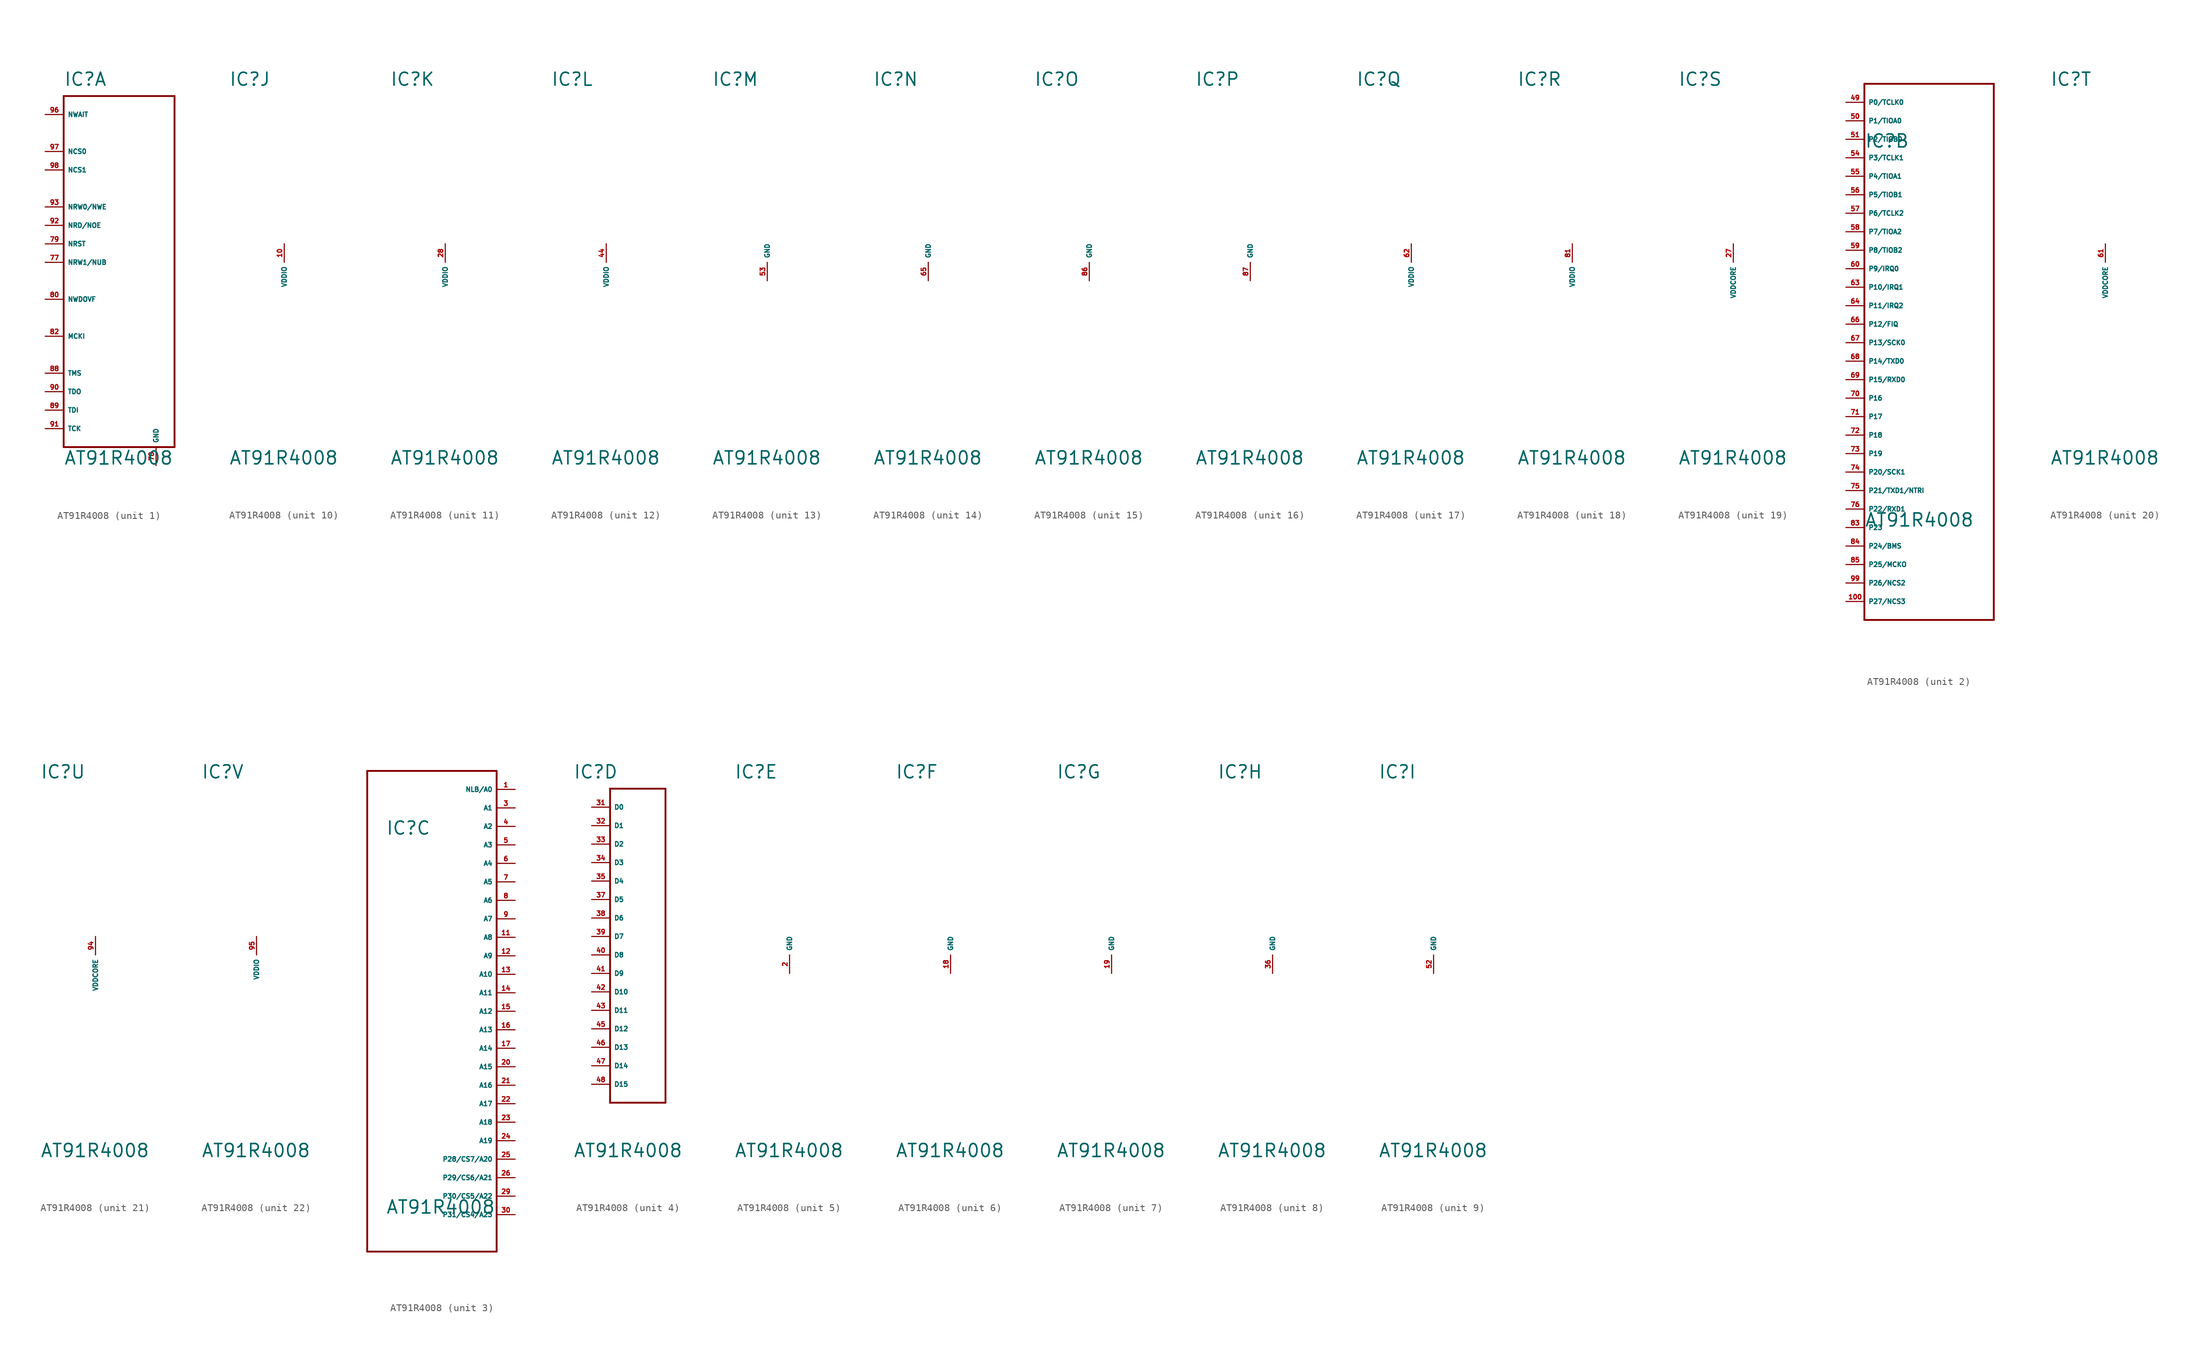
<source format=kicad_sym>
(kicad_symbol_lib
  (version 20220914)
  (generator Eagle2Kicad)
  (symbol "AT91R4008"
    (property "Reference" "IC"
      (at -7.62 24.13 0)
      (effects (font (size 1.778 1.778) (thickness 0.22)) (justify left bottom)))
    (property "Value" "AT91R4008"
      (at -7.62 -27.94 0)
      (effects (font (size 1.778 1.778) (thickness 0.22)) (justify left bottom)))
    (symbol "AT91R4008_1_0"
      (polyline (pts (xy -7.62 22.86) (xy 7.62 22.86)) (stroke (width 0.254) (type default)) (fill (type none)))
      (polyline (pts (xy -7.62 -25.4) (xy 7.62 -25.4)) (stroke (width 0.254) (type default)) (fill (type none)))
      (polyline (pts (xy 7.62 22.86) (xy 7.62 -25.4)) (stroke (width 0.254) (type default)) (fill (type none)))
      (polyline (pts (xy -7.62 -25.4) (xy -7.62 22.86)) (stroke (width 0.254) (type default)) (fill (type none)))
      (pin output line (at -10.16 15.24 0) (length 2.54) (name "NCS0" (effects (font (size 0.635 0.635) (thickness 0.08)) (justify left bottom))) (number "97" (effects (font (size 0.635 0.635) (thickness 0.08)) (justify left bottom))))
      (pin output line (at -10.16 12.7 0) (length 2.54) (name "NCS1" (effects (font (size 0.635 0.635) (thickness 0.08)) (justify left bottom))) (number "98" (effects (font (size 0.635 0.635) (thickness 0.08)) (justify left bottom))))
      (pin input line (at -10.16 20.32 0) (length 2.54) (name "NWAIT" (effects (font (size 0.635 0.635) (thickness 0.08)) (justify left bottom))) (number "96" (effects (font (size 0.635 0.635) (thickness 0.08)) (justify left bottom))))
      (pin unspecified line (at 5.08 -27.94 90) (length 2.54) (name "GND" (effects (font (size 0.635 0.635) (thickness 0.08)) (justify left bottom))) (number "78" (effects (font (size 0.635 0.635) (thickness 0.08)) (justify left bottom))))
      (pin output line (at -10.16 -5.08 0) (length 2.54) (name "NWDOVF" (effects (font (size 0.635 0.635) (thickness 0.08)) (justify left bottom))) (number "80" (effects (font (size 0.635 0.635) (thickness 0.08)) (justify left bottom))))
      (pin input line (at -10.16 -10.16 0) (length 2.54) (name "MCKI" (effects (font (size 0.635 0.635) (thickness 0.08)) (justify left bottom))) (number "82" (effects (font (size 0.635 0.635) (thickness 0.08)) (justify left bottom))))
      (pin output line (at -10.16 7.62 0) (length 2.54) (name "NRW0/NWE" (effects (font (size 0.635 0.635) (thickness 0.08)) (justify left bottom))) (number "93" (effects (font (size 0.635 0.635) (thickness 0.08)) (justify left bottom))))
      (pin output line (at -10.16 5.08 0) (length 2.54) (name "NRD/NOE" (effects (font (size 0.635 0.635) (thickness 0.08)) (justify left bottom))) (number "92" (effects (font (size 0.635 0.635) (thickness 0.08)) (justify left bottom))))
      (pin output line (at -10.16 0 0) (length 2.54) (name "NRW1/NUB" (effects (font (size 0.635 0.635) (thickness 0.08)) (justify left bottom))) (number "77" (effects (font (size 0.635 0.635) (thickness 0.08)) (justify left bottom))))
      (pin output line (at -10.16 2.54 0) (length 2.54) (name "NRST" (effects (font (size 0.635 0.635) (thickness 0.08)) (justify left bottom))) (number "79" (effects (font (size 0.635 0.635) (thickness 0.08)) (justify left bottom))))
      (pin input line (at -10.16 -15.24 0) (length 2.54) (name "TMS" (effects (font (size 0.635 0.635) (thickness 0.08)) (justify left bottom))) (number "88" (effects (font (size 0.635 0.635) (thickness 0.08)) (justify left bottom))))
      (pin output line (at -10.16 -17.78 0) (length 2.54) (name "TDO" (effects (font (size 0.635 0.635) (thickness 0.08)) (justify left bottom))) (number "90" (effects (font (size 0.635 0.635) (thickness 0.08)) (justify left bottom))))
      (pin input line (at -10.16 -20.32 0) (length 2.54) (name "TDI" (effects (font (size 0.635 0.635) (thickness 0.08)) (justify left bottom))) (number "89" (effects (font (size 0.635 0.635) (thickness 0.08)) (justify left bottom))))
      (pin input line (at -10.16 -22.86 0) (length 2.54) (name "TCK" (effects (font (size 0.635 0.635) (thickness 0.08)) (justify left bottom))) (number "91" (effects (font (size 0.635 0.635) (thickness 0.08)) (justify left bottom)))))
    (symbol "AT91R4008_2_0"
      (polyline (pts (xy -7.62 33.02) (xy 10.16 33.02)) (stroke (width 0.254) (type default)) (fill (type none)))
      (polyline (pts (xy 10.16 33.02) (xy 10.16 -40.64)) (stroke (width 0.254) (type default)) (fill (type none)))
      (polyline (pts (xy 10.16 -40.64) (xy -7.62 -40.64)) (stroke (width 0.254) (type default)) (fill (type none)))
      (polyline (pts (xy -7.62 -40.64) (xy -7.62 33.02)) (stroke (width 0.254) (type default)) (fill (type none)))
      (pin bidirectional line (at -10.16 30.48 0) (length 2.54) (name "P0/TCLK0" (effects (font (size 0.635 0.635) (thickness 0.08)) (justify left bottom))) (number "49" (effects (font (size 0.635 0.635) (thickness 0.08)) (justify left bottom))))
      (pin bidirectional line (at -10.16 27.94 0) (length 2.54) (name "P1/TIOA0" (effects (font (size 0.635 0.635) (thickness 0.08)) (justify left bottom))) (number "50" (effects (font (size 0.635 0.635) (thickness 0.08)) (justify left bottom))))
      (pin bidirectional line (at -10.16 25.4 0) (length 2.54) (name "P2/TIOB0" (effects (font (size 0.635 0.635) (thickness 0.08)) (justify left bottom))) (number "51" (effects (font (size 0.635 0.635) (thickness 0.08)) (justify left bottom))))
      (pin bidirectional line (at -10.16 22.86 0) (length 2.54) (name "P3/TCLK1" (effects (font (size 0.635 0.635) (thickness 0.08)) (justify left bottom))) (number "54" (effects (font (size 0.635 0.635) (thickness 0.08)) (justify left bottom))))
      (pin bidirectional line (at -10.16 20.32 0) (length 2.54) (name "P4/TIOA1" (effects (font (size 0.635 0.635) (thickness 0.08)) (justify left bottom))) (number "55" (effects (font (size 0.635 0.635) (thickness 0.08)) (justify left bottom))))
      (pin bidirectional line (at -10.16 17.78 0) (length 2.54) (name "P5/TIOB1" (effects (font (size 0.635 0.635) (thickness 0.08)) (justify left bottom))) (number "56" (effects (font (size 0.635 0.635) (thickness 0.08)) (justify left bottom))))
      (pin bidirectional line (at -10.16 15.24 0) (length 2.54) (name "P6/TCLK2" (effects (font (size 0.635 0.635) (thickness 0.08)) (justify left bottom))) (number "57" (effects (font (size 0.635 0.635) (thickness 0.08)) (justify left bottom))))
      (pin bidirectional line (at -10.16 12.7 0) (length 2.54) (name "P7/TIOA2" (effects (font (size 0.635 0.635) (thickness 0.08)) (justify left bottom))) (number "58" (effects (font (size 0.635 0.635) (thickness 0.08)) (justify left bottom))))
      (pin bidirectional line (at -10.16 10.16 0) (length 2.54) (name "P8/TIOB2" (effects (font (size 0.635 0.635) (thickness 0.08)) (justify left bottom))) (number "59" (effects (font (size 0.635 0.635) (thickness 0.08)) (justify left bottom))))
      (pin bidirectional line (at -10.16 7.62 0) (length 2.54) (name "P9/IRQ0" (effects (font (size 0.635 0.635) (thickness 0.08)) (justify left bottom))) (number "60" (effects (font (size 0.635 0.635) (thickness 0.08)) (justify left bottom))))
      (pin bidirectional line (at -10.16 5.08 0) (length 2.54) (name "P10/IRQ1" (effects (font (size 0.635 0.635) (thickness 0.08)) (justify left bottom))) (number "63" (effects (font (size 0.635 0.635) (thickness 0.08)) (justify left bottom))))
      (pin bidirectional line (at -10.16 2.54 0) (length 2.54) (name "P11/IRQ2" (effects (font (size 0.635 0.635) (thickness 0.08)) (justify left bottom))) (number "64" (effects (font (size 0.635 0.635) (thickness 0.08)) (justify left bottom))))
      (pin bidirectional line (at -10.16 0 0) (length 2.54) (name "P12/FIQ" (effects (font (size 0.635 0.635) (thickness 0.08)) (justify left bottom))) (number "66" (effects (font (size 0.635 0.635) (thickness 0.08)) (justify left bottom))))
      (pin bidirectional line (at -10.16 -2.54 0) (length 2.54) (name "P13/SCK0" (effects (font (size 0.635 0.635) (thickness 0.08)) (justify left bottom))) (number "67" (effects (font (size 0.635 0.635) (thickness 0.08)) (justify left bottom))))
      (pin bidirectional line (at -10.16 -5.08 0) (length 2.54) (name "P14/TXD0" (effects (font (size 0.635 0.635) (thickness 0.08)) (justify left bottom))) (number "68" (effects (font (size 0.635 0.635) (thickness 0.08)) (justify left bottom))))
      (pin bidirectional line (at -10.16 -7.62 0) (length 2.54) (name "P15/RXD0" (effects (font (size 0.635 0.635) (thickness 0.08)) (justify left bottom))) (number "69" (effects (font (size 0.635 0.635) (thickness 0.08)) (justify left bottom))))
      (pin bidirectional line (at -10.16 -10.16 0) (length 2.54) (name "P16" (effects (font (size 0.635 0.635) (thickness 0.08)) (justify left bottom))) (number "70" (effects (font (size 0.635 0.635) (thickness 0.08)) (justify left bottom))))
      (pin bidirectional line (at -10.16 -12.7 0) (length 2.54) (name "P17" (effects (font (size 0.635 0.635) (thickness 0.08)) (justify left bottom))) (number "71" (effects (font (size 0.635 0.635) (thickness 0.08)) (justify left bottom))))
      (pin bidirectional line (at -10.16 -15.24 0) (length 2.54) (name "P18" (effects (font (size 0.635 0.635) (thickness 0.08)) (justify left bottom))) (number "72" (effects (font (size 0.635 0.635) (thickness 0.08)) (justify left bottom))))
      (pin bidirectional line (at -10.16 -17.78 0) (length 2.54) (name "P19" (effects (font (size 0.635 0.635) (thickness 0.08)) (justify left bottom))) (number "73" (effects (font (size 0.635 0.635) (thickness 0.08)) (justify left bottom))))
      (pin bidirectional line (at -10.16 -20.32 0) (length 2.54) (name "P20/SCK1" (effects (font (size 0.635 0.635) (thickness 0.08)) (justify left bottom))) (number "74" (effects (font (size 0.635 0.635) (thickness 0.08)) (justify left bottom))))
      (pin bidirectional line (at -10.16 -22.86 0) (length 2.54) (name "P21/TXD1/NTRI" (effects (font (size 0.635 0.635) (thickness 0.08)) (justify left bottom))) (number "75" (effects (font (size 0.635 0.635) (thickness 0.08)) (justify left bottom))))
      (pin bidirectional line (at -10.16 -25.4 0) (length 2.54) (name "P22/RXD1" (effects (font (size 0.635 0.635) (thickness 0.08)) (justify left bottom))) (number "76" (effects (font (size 0.635 0.635) (thickness 0.08)) (justify left bottom))))
      (pin bidirectional line (at -10.16 -27.94 0) (length 2.54) (name "P23" (effects (font (size 0.635 0.635) (thickness 0.08)) (justify left bottom))) (number "83" (effects (font (size 0.635 0.635) (thickness 0.08)) (justify left bottom))))
      (pin bidirectional line (at -10.16 -30.48 0) (length 2.54) (name "P24/BMS" (effects (font (size 0.635 0.635) (thickness 0.08)) (justify left bottom))) (number "84" (effects (font (size 0.635 0.635) (thickness 0.08)) (justify left bottom))))
      (pin bidirectional line (at -10.16 -33.02 0) (length 2.54) (name "P25/MCKO" (effects (font (size 0.635 0.635) (thickness 0.08)) (justify left bottom))) (number "85" (effects (font (size 0.635 0.635) (thickness 0.08)) (justify left bottom))))
      (pin bidirectional line (at -10.16 -35.56 0) (length 2.54) (name "P26/NCS2" (effects (font (size 0.635 0.635) (thickness 0.08)) (justify left bottom))) (number "99" (effects (font (size 0.635 0.635) (thickness 0.08)) (justify left bottom))))
      (pin bidirectional line (at -10.16 -38.1 0) (length 2.54) (name "P27/NCS3" (effects (font (size 0.635 0.635) (thickness 0.08)) (justify left bottom))) (number "100" (effects (font (size 0.635 0.635) (thickness 0.08)) (justify left bottom)))))
    (symbol "AT91R4008_3_0"
      (polyline (pts (xy -10.16 33.02) (xy 7.62 33.02)) (stroke (width 0.254) (type default)) (fill (type none)))
      (polyline (pts (xy 7.62 33.02) (xy 7.62 -33.02)) (stroke (width 0.254) (type default)) (fill (type none)))
      (polyline (pts (xy 7.62 -33.02) (xy -10.16 -33.02)) (stroke (width 0.254) (type default)) (fill (type none)))
      (polyline (pts (xy -10.16 -33.02) (xy -10.16 33.02)) (stroke (width 0.254) (type default)) (fill (type none)))
      (pin output line (at 10.16 -27.94 180) (length 2.54) (name "P31/CS4/A23" (effects (font (size 0.635 0.635) (thickness 0.08)) (justify left bottom))) (number "30" (effects (font (size 0.635 0.635) (thickness 0.08)) (justify left bottom))))
      (pin output line (at 10.16 -25.4 180) (length 2.54) (name "P30/CS5/A22" (effects (font (size 0.635 0.635) (thickness 0.08)) (justify left bottom))) (number "29" (effects (font (size 0.635 0.635) (thickness 0.08)) (justify left bottom))))
      (pin output line (at 10.16 -22.86 180) (length 2.54) (name "P29/CS6/A21" (effects (font (size 0.635 0.635) (thickness 0.08)) (justify left bottom))) (number "26" (effects (font (size 0.635 0.635) (thickness 0.08)) (justify left bottom))))
      (pin output line (at 10.16 -20.32 180) (length 2.54) (name "P28/CS7/A20" (effects (font (size 0.635 0.635) (thickness 0.08)) (justify left bottom))) (number "25" (effects (font (size 0.635 0.635) (thickness 0.08)) (justify left bottom))))
      (pin output line (at 10.16 30.48 180) (length 2.54) (name "NLB/A0" (effects (font (size 0.635 0.635) (thickness 0.08)) (justify left bottom))) (number "1" (effects (font (size 0.635 0.635) (thickness 0.08)) (justify left bottom))))
      (pin output line (at 10.16 27.94 180) (length 2.54) (name "A1" (effects (font (size 0.635 0.635) (thickness 0.08)) (justify left bottom))) (number "3" (effects (font (size 0.635 0.635) (thickness 0.08)) (justify left bottom))))
      (pin output line (at 10.16 25.4 180) (length 2.54) (name "A2" (effects (font (size 0.635 0.635) (thickness 0.08)) (justify left bottom))) (number "4" (effects (font (size 0.635 0.635) (thickness 0.08)) (justify left bottom))))
      (pin output line (at 10.16 22.86 180) (length 2.54) (name "A3" (effects (font (size 0.635 0.635) (thickness 0.08)) (justify left bottom))) (number "5" (effects (font (size 0.635 0.635) (thickness 0.08)) (justify left bottom))))
      (pin output line (at 10.16 20.32 180) (length 2.54) (name "A4" (effects (font (size 0.635 0.635) (thickness 0.08)) (justify left bottom))) (number "6" (effects (font (size 0.635 0.635) (thickness 0.08)) (justify left bottom))))
      (pin output line (at 10.16 17.78 180) (length 2.54) (name "A5" (effects (font (size 0.635 0.635) (thickness 0.08)) (justify left bottom))) (number "7" (effects (font (size 0.635 0.635) (thickness 0.08)) (justify left bottom))))
      (pin output line (at 10.16 15.24 180) (length 2.54) (name "A6" (effects (font (size 0.635 0.635) (thickness 0.08)) (justify left bottom))) (number "8" (effects (font (size 0.635 0.635) (thickness 0.08)) (justify left bottom))))
      (pin output line (at 10.16 12.7 180) (length 2.54) (name "A7" (effects (font (size 0.635 0.635) (thickness 0.08)) (justify left bottom))) (number "9" (effects (font (size 0.635 0.635) (thickness 0.08)) (justify left bottom))))
      (pin output line (at 10.16 10.16 180) (length 2.54) (name "A8" (effects (font (size 0.635 0.635) (thickness 0.08)) (justify left bottom))) (number "11" (effects (font (size 0.635 0.635) (thickness 0.08)) (justify left bottom))))
      (pin output line (at 10.16 7.62 180) (length 2.54) (name "A9" (effects (font (size 0.635 0.635) (thickness 0.08)) (justify left bottom))) (number "12" (effects (font (size 0.635 0.635) (thickness 0.08)) (justify left bottom))))
      (pin output line (at 10.16 5.08 180) (length 2.54) (name "A10" (effects (font (size 0.635 0.635) (thickness 0.08)) (justify left bottom))) (number "13" (effects (font (size 0.635 0.635) (thickness 0.08)) (justify left bottom))))
      (pin output line (at 10.16 2.54 180) (length 2.54) (name "A11" (effects (font (size 0.635 0.635) (thickness 0.08)) (justify left bottom))) (number "14" (effects (font (size 0.635 0.635) (thickness 0.08)) (justify left bottom))))
      (pin output line (at 10.16 0 180) (length 2.54) (name "A12" (effects (font (size 0.635 0.635) (thickness 0.08)) (justify left bottom))) (number "15" (effects (font (size 0.635 0.635) (thickness 0.08)) (justify left bottom))))
      (pin output line (at 10.16 -2.54 180) (length 2.54) (name "A13" (effects (font (size 0.635 0.635) (thickness 0.08)) (justify left bottom))) (number "16" (effects (font (size 0.635 0.635) (thickness 0.08)) (justify left bottom))))
      (pin output line (at 10.16 -5.08 180) (length 2.54) (name "A14" (effects (font (size 0.635 0.635) (thickness 0.08)) (justify left bottom))) (number "17" (effects (font (size 0.635 0.635) (thickness 0.08)) (justify left bottom))))
      (pin output line (at 10.16 -7.62 180) (length 2.54) (name "A15" (effects (font (size 0.635 0.635) (thickness 0.08)) (justify left bottom))) (number "20" (effects (font (size 0.635 0.635) (thickness 0.08)) (justify left bottom))))
      (pin output line (at 10.16 -10.16 180) (length 2.54) (name "A16" (effects (font (size 0.635 0.635) (thickness 0.08)) (justify left bottom))) (number "21" (effects (font (size 0.635 0.635) (thickness 0.08)) (justify left bottom))))
      (pin output line (at 10.16 -12.7 180) (length 2.54) (name "A17" (effects (font (size 0.635 0.635) (thickness 0.08)) (justify left bottom))) (number "22" (effects (font (size 0.635 0.635) (thickness 0.08)) (justify left bottom))))
      (pin output line (at 10.16 -15.24 180) (length 2.54) (name "A18" (effects (font (size 0.635 0.635) (thickness 0.08)) (justify left bottom))) (number "23" (effects (font (size 0.635 0.635) (thickness 0.08)) (justify left bottom))))
      (pin output line (at 10.16 -17.78 180) (length 2.54) (name "A19" (effects (font (size 0.635 0.635) (thickness 0.08)) (justify left bottom))) (number "24" (effects (font (size 0.635 0.635) (thickness 0.08)) (justify left bottom)))))
    (symbol "AT91R4008_4_0"
      (polyline (pts (xy -2.54 22.86) (xy 5.08 22.86)) (stroke (width 0.254) (type default)) (fill (type none)))
      (polyline (pts (xy 5.08 22.86) (xy 5.08 -20.32)) (stroke (width 0.254) (type default)) (fill (type none)))
      (polyline (pts (xy 5.08 -20.32) (xy -2.54 -20.32)) (stroke (width 0.254) (type default)) (fill (type none)))
      (polyline (pts (xy -2.54 -20.32) (xy -2.54 22.86)) (stroke (width 0.254) (type default)) (fill (type none)))
      (pin tri_state line (at -5.08 20.32 0) (length 2.54) (name "D0" (effects (font (size 0.635 0.635) (thickness 0.08)) (justify left bottom))) (number "31" (effects (font (size 0.635 0.635) (thickness 0.08)) (justify left bottom))))
      (pin tri_state line (at -5.08 17.78 0) (length 2.54) (name "D1" (effects (font (size 0.635 0.635) (thickness 0.08)) (justify left bottom))) (number "32" (effects (font (size 0.635 0.635) (thickness 0.08)) (justify left bottom))))
      (pin tri_state line (at -5.08 15.24 0) (length 2.54) (name "D2" (effects (font (size 0.635 0.635) (thickness 0.08)) (justify left bottom))) (number "33" (effects (font (size 0.635 0.635) (thickness 0.08)) (justify left bottom))))
      (pin tri_state line (at -5.08 12.7 0) (length 2.54) (name "D3" (effects (font (size 0.635 0.635) (thickness 0.08)) (justify left bottom))) (number "34" (effects (font (size 0.635 0.635) (thickness 0.08)) (justify left bottom))))
      (pin tri_state line (at -5.08 10.16 0) (length 2.54) (name "D4" (effects (font (size 0.635 0.635) (thickness 0.08)) (justify left bottom))) (number "35" (effects (font (size 0.635 0.635) (thickness 0.08)) (justify left bottom))))
      (pin tri_state line (at -5.08 7.62 0) (length 2.54) (name "D5" (effects (font (size 0.635 0.635) (thickness 0.08)) (justify left bottom))) (number "37" (effects (font (size 0.635 0.635) (thickness 0.08)) (justify left bottom))))
      (pin tri_state line (at -5.08 5.08 0) (length 2.54) (name "D6" (effects (font (size 0.635 0.635) (thickness 0.08)) (justify left bottom))) (number "38" (effects (font (size 0.635 0.635) (thickness 0.08)) (justify left bottom))))
      (pin tri_state line (at -5.08 2.54 0) (length 2.54) (name "D7" (effects (font (size 0.635 0.635) (thickness 0.08)) (justify left bottom))) (number "39" (effects (font (size 0.635 0.635) (thickness 0.08)) (justify left bottom))))
      (pin tri_state line (at -5.08 0 0) (length 2.54) (name "D8" (effects (font (size 0.635 0.635) (thickness 0.08)) (justify left bottom))) (number "40" (effects (font (size 0.635 0.635) (thickness 0.08)) (justify left bottom))))
      (pin tri_state line (at -5.08 -2.54 0) (length 2.54) (name "D9" (effects (font (size 0.635 0.635) (thickness 0.08)) (justify left bottom))) (number "41" (effects (font (size 0.635 0.635) (thickness 0.08)) (justify left bottom))))
      (pin tri_state line (at -5.08 -5.08 0) (length 2.54) (name "D10" (effects (font (size 0.635 0.635) (thickness 0.08)) (justify left bottom))) (number "42" (effects (font (size 0.635 0.635) (thickness 0.08)) (justify left bottom))))
      (pin tri_state line (at -5.08 -7.62 0) (length 2.54) (name "D11" (effects (font (size 0.635 0.635) (thickness 0.08)) (justify left bottom))) (number "43" (effects (font (size 0.635 0.635) (thickness 0.08)) (justify left bottom))))
      (pin tri_state line (at -5.08 -10.16 0) (length 2.54) (name "D12" (effects (font (size 0.635 0.635) (thickness 0.08)) (justify left bottom))) (number "45" (effects (font (size 0.635 0.635) (thickness 0.08)) (justify left bottom))))
      (pin tri_state line (at -5.08 -12.7 0) (length 2.54) (name "D13" (effects (font (size 0.635 0.635) (thickness 0.08)) (justify left bottom))) (number "46" (effects (font (size 0.635 0.635) (thickness 0.08)) (justify left bottom))))
      (pin tri_state line (at -5.08 -15.24 0) (length 2.54) (name "D14" (effects (font (size 0.635 0.635) (thickness 0.08)) (justify left bottom))) (number "47" (effects (font (size 0.635 0.635) (thickness 0.08)) (justify left bottom))))
      (pin tri_state line (at -5.08 -17.78 0) (length 2.54) (name "D15" (effects (font (size 0.635 0.635) (thickness 0.08)) (justify left bottom))) (number "48" (effects (font (size 0.635 0.635) (thickness 0.08)) (justify left bottom)))))
    (symbol "AT91R4008_5_0"
      (pin unspecified line (at 0 -2.54 90) (length 2.54) (name "GND" (effects (font (size 0.635 0.635) (thickness 0.08)) (justify left bottom))) (number "2" (effects (font (size 0.635 0.635) (thickness 0.08)) (justify left bottom)))))
    (symbol "AT91R4008_6_0"
      (pin unspecified line (at 0 -2.54 90) (length 2.54) (name "GND" (effects (font (size 0.635 0.635) (thickness 0.08)) (justify left bottom))) (number "18" (effects (font (size 0.635 0.635) (thickness 0.08)) (justify left bottom)))))
    (symbol "AT91R4008_7_0"
      (pin unspecified line (at 0 -2.54 90) (length 2.54) (name "GND" (effects (font (size 0.635 0.635) (thickness 0.08)) (justify left bottom))) (number "19" (effects (font (size 0.635 0.635) (thickness 0.08)) (justify left bottom)))))
    (symbol "AT91R4008_8_0"
      (pin unspecified line (at 0 -2.54 90) (length 2.54) (name "GND" (effects (font (size 0.635 0.635) (thickness 0.08)) (justify left bottom))) (number "36" (effects (font (size 0.635 0.635) (thickness 0.08)) (justify left bottom)))))
    (symbol "AT91R4008_9_0"
      (pin unspecified line (at 0 -2.54 90) (length 2.54) (name "GND" (effects (font (size 0.635 0.635) (thickness 0.08)) (justify left bottom))) (number "52" (effects (font (size 0.635 0.635) (thickness 0.08)) (justify left bottom)))))
    (symbol "AT91R4008_10_0"
      (pin unspecified line (at 0 2.54 270) (length 2.54) (name "VDDIO" (effects (font (size 0.635 0.635) (thickness 0.08)) (justify left bottom))) (number "10" (effects (font (size 0.635 0.635) (thickness 0.08)) (justify left bottom)))))
    (symbol "AT91R4008_11_0"
      (pin unspecified line (at 0 2.54 270) (length 2.54) (name "VDDIO" (effects (font (size 0.635 0.635) (thickness 0.08)) (justify left bottom))) (number "28" (effects (font (size 0.635 0.635) (thickness 0.08)) (justify left bottom)))))
    (symbol "AT91R4008_12_0"
      (pin unspecified line (at 0 2.54 270) (length 2.54) (name "VDDIO" (effects (font (size 0.635 0.635) (thickness 0.08)) (justify left bottom))) (number "44" (effects (font (size 0.635 0.635) (thickness 0.08)) (justify left bottom)))))
    (symbol "AT91R4008_13_0"
      (pin unspecified line (at 0 -2.54 90) (length 2.54) (name "GND" (effects (font (size 0.635 0.635) (thickness 0.08)) (justify left bottom))) (number "53" (effects (font (size 0.635 0.635) (thickness 0.08)) (justify left bottom)))))
    (symbol "AT91R4008_14_0"
      (pin unspecified line (at 0 -2.54 90) (length 2.54) (name "GND" (effects (font (size 0.635 0.635) (thickness 0.08)) (justify left bottom))) (number "65" (effects (font (size 0.635 0.635) (thickness 0.08)) (justify left bottom)))))
    (symbol "AT91R4008_15_0"
      (pin unspecified line (at 0 -2.54 90) (length 2.54) (name "GND" (effects (font (size 0.635 0.635) (thickness 0.08)) (justify left bottom))) (number "86" (effects (font (size 0.635 0.635) (thickness 0.08)) (justify left bottom)))))
    (symbol "AT91R4008_16_0"
      (pin unspecified line (at 0 -2.54 90) (length 2.54) (name "GND" (effects (font (size 0.635 0.635) (thickness 0.08)) (justify left bottom))) (number "87" (effects (font (size 0.635 0.635) (thickness 0.08)) (justify left bottom)))))
    (symbol "AT91R4008_17_0"
      (pin unspecified line (at 0 2.54 270) (length 2.54) (name "VDDIO" (effects (font (size 0.635 0.635) (thickness 0.08)) (justify left bottom))) (number "62" (effects (font (size 0.635 0.635) (thickness 0.08)) (justify left bottom)))))
    (symbol "AT91R4008_18_0"
      (pin unspecified line (at 0 2.54 270) (length 2.54) (name "VDDIO" (effects (font (size 0.635 0.635) (thickness 0.08)) (justify left bottom))) (number "81" (effects (font (size 0.635 0.635) (thickness 0.08)) (justify left bottom)))))
    (symbol "AT91R4008_19_0"
      (pin unspecified line (at 0 2.54 270) (length 2.54) (name "VDDCORE" (effects (font (size 0.635 0.635) (thickness 0.08)) (justify left bottom))) (number "27" (effects (font (size 0.635 0.635) (thickness 0.08)) (justify left bottom)))))
    (symbol "AT91R4008_20_0"
      (pin unspecified line (at 0 2.54 270) (length 2.54) (name "VDDCORE" (effects (font (size 0.635 0.635) (thickness 0.08)) (justify left bottom))) (number "61" (effects (font (size 0.635 0.635) (thickness 0.08)) (justify left bottom)))))
    (symbol "AT91R4008_21_0"
      (pin unspecified line (at 0 2.54 270) (length 2.54) (name "VDDCORE" (effects (font (size 0.635 0.635) (thickness 0.08)) (justify left bottom))) (number "94" (effects (font (size 0.635 0.635) (thickness 0.08)) (justify left bottom)))))
    (symbol "AT91R4008_22_0"
      (pin unspecified line (at 0 2.54 270) (length 2.54) (name "VDDIO" (effects (font (size 0.635 0.635) (thickness 0.08)) (justify left bottom))) (number "95" (effects (font (size 0.635 0.635) (thickness 0.08)) (justify left bottom)))))))
</source>
